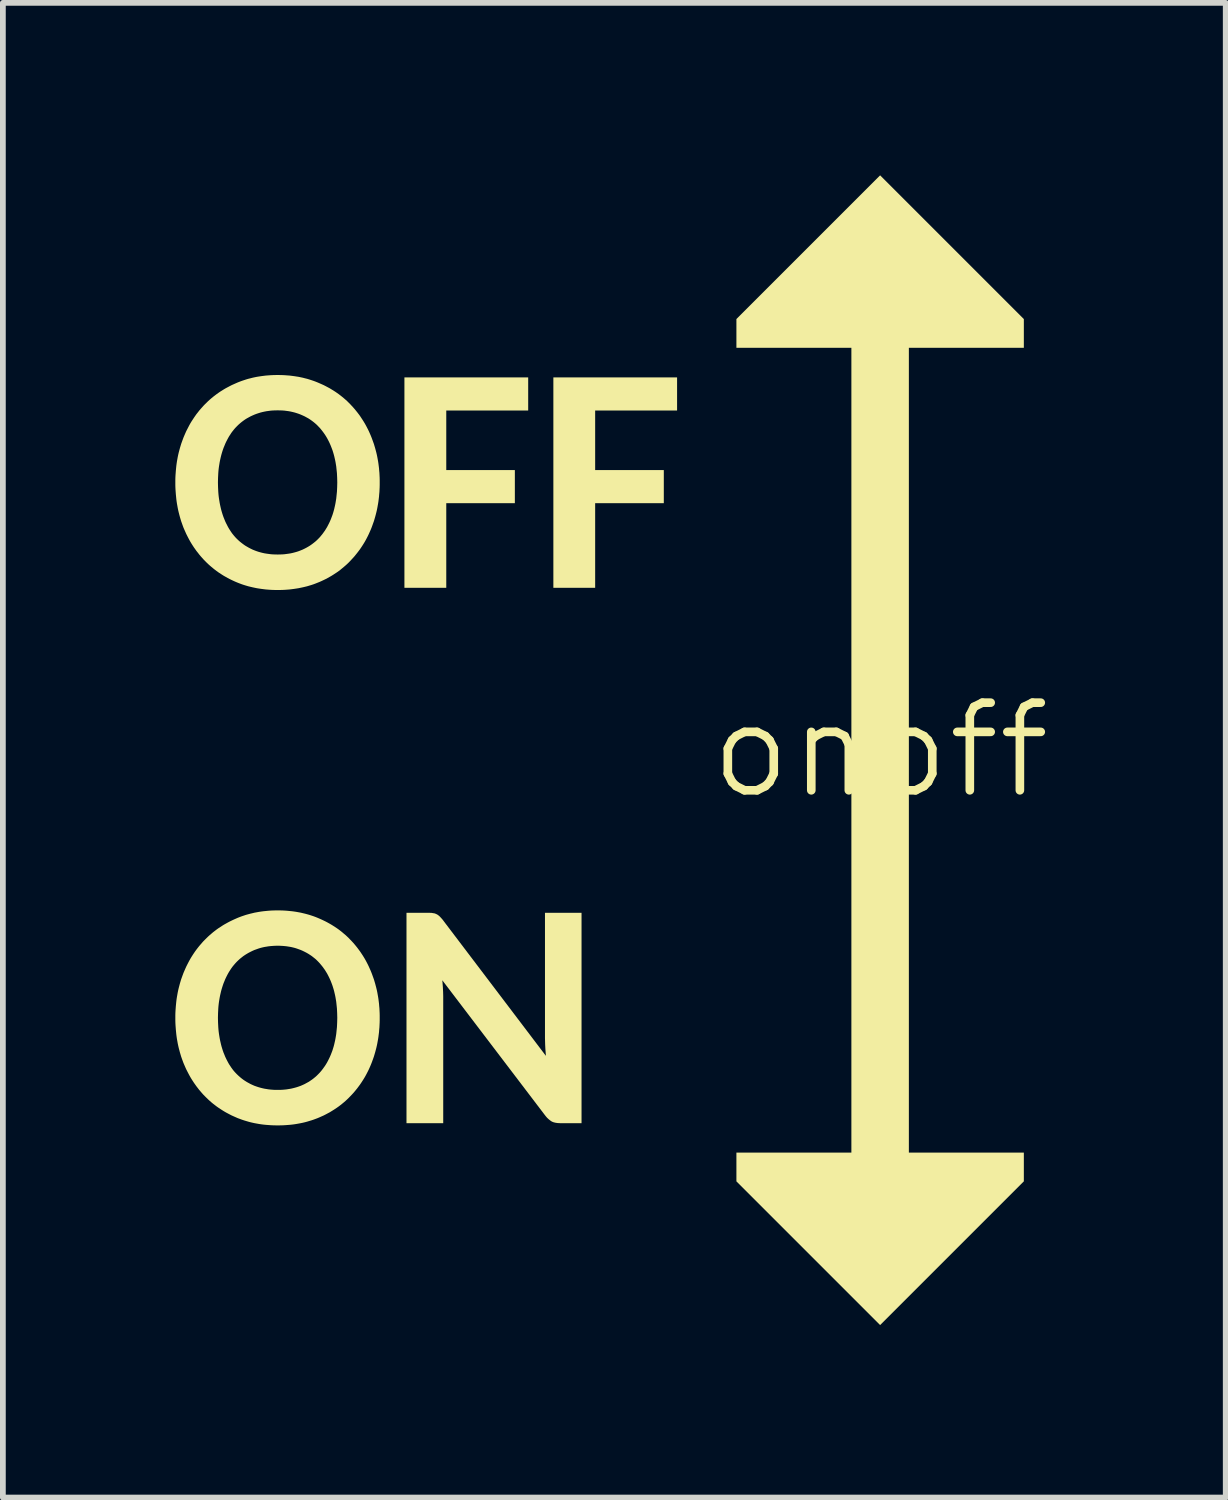
<source format=kicad_pcb>
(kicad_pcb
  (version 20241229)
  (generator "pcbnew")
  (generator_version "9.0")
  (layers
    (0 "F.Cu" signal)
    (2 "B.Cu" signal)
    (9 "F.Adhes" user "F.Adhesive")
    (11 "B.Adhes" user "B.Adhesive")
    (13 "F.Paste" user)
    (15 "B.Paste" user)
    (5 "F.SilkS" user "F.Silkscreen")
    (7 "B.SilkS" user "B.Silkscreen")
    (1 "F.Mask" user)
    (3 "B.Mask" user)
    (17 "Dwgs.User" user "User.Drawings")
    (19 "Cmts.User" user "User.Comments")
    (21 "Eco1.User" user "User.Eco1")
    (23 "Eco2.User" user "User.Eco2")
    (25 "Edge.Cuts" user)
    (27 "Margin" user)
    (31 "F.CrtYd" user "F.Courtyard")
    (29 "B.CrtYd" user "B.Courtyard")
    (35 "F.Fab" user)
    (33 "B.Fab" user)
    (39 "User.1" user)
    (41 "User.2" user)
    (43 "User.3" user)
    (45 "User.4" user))
  (footprint "onoff"
    (layer "F.Cu")
    (at 12.26 10)
    (property "Reference" "onoff" (at 0 0 0) (layer "F.SilkS") (effects (font (size 1.524 1.524) (thickness 0.15))))
    (attr through_hole)
    (fp_poly (pts (xy -6.122 -6.485) (xy -8.275 -6.485) (xy -8.275 -2.825) (xy -7.547 -2.825) (xy -7.547 -4.297) (xy -6.354 -4.297) (xy -6.354 -4.873) (xy -7.547 -4.873) (xy -7.547 -5.909) (xy -6.122 -5.909) (xy -6.122 -6.485)) (stroke (width 0.000001) (type solid)) (fill yes) (layer "F.SilkS"))
    (fp_poly (pts (xy -3.532 -6.485) (xy -5.684 -6.485) (xy -5.684 -2.825) (xy -4.957 -2.825) (xy -4.957 -4.297) (xy -3.763 -4.297) (xy -3.763 -4.873) (xy -4.957 -4.873) (xy -4.957 -5.909) (xy -3.532 -5.909) (xy -3.532 -6.485)) (stroke (width 0.000001) (type solid)) (fill yes) (layer "F.SilkS"))
    (fp_poly (pts (xy -2.5 -7.5) (xy -2.5 -7) (xy -0.5 -7) (xy -0.5 7) (xy -2.5 7) (xy -2.5 7.5) (xy 0 10) (xy 2.5 7.5) (xy 2.5 7) (xy 0.5 7) (xy 0.5 -7) (xy 2.5 -7) (xy 2.5 -7.5) (xy 0 -10) (xy -2.5 -7.5)) (stroke (width 0.000001) (type solid)) (fill yes) (layer "F.SilkS"))
    (fp_poly (pts (xy -7.859 2.828) (xy -8.239 2.828) (xy -8.239 6.488) (xy -7.6 6.488) (xy -7.6 4.319) (xy -7.6 4.282) (xy -7.601 4.244) (xy -7.602 4.206) (xy -7.604 4.167) (xy -7.606 4.127) (xy -7.609 4.086) (xy -7.612 4.044) (xy -7.616 4.002) (xy -5.819 6.364) (xy -5.792 6.395) (xy -5.764 6.421) (xy -5.736 6.443) (xy -5.709 6.461) (xy -5.678 6.473) (xy -5.644 6.481) (xy -5.607 6.486) (xy -5.566 6.488) (xy -5.194 6.488) (xy -5.194 2.828) (xy -5.83 2.828) (xy -5.83 4.972) (xy -5.83 5.009) (xy -5.829 5.045) (xy -5.828 5.083) (xy -5.827 5.121) (xy -5.825 5.159) (xy -5.823 5.198) (xy -5.82 5.237) (xy -5.817 5.277) (xy -5.814 5.317) (xy -7.616 2.941) (xy -7.645 2.909) (xy -7.671 2.883) (xy -7.695 2.864) (xy -7.721 2.85) (xy -7.748 2.839) (xy -7.779 2.834) (xy -7.802 2.83) (xy -7.829 2.829) (xy -7.859 2.828)) (stroke (width 0.000001) (type solid)) (fill yes) (layer "F.SilkS"))
    (fp_poly (pts (xy -8.705 -4.658) (xy -8.705 -4.7) (xy -8.706 -4.742) (xy -8.708 -4.783) (xy -8.71 -4.824) (xy -8.714 -4.864) (xy -8.717 -4.905) (xy -8.722 -4.945) (xy -8.727 -4.984) (xy -8.733 -5.024) (xy -8.74 -5.063) (xy -8.747 -5.101) (xy -8.755 -5.14) (xy -8.764 -5.178) (xy -8.774 -5.216) (xy -8.784 -5.253) (xy -8.795 -5.29) (xy -8.806 -5.327) (xy -8.819 -5.363) (xy -8.832 -5.399) (xy -8.846 -5.437) (xy -8.861 -5.474) (xy -8.877 -5.511) (xy -8.893 -5.547) (xy -8.91 -5.582) (xy -8.928 -5.617) (xy -8.946 -5.651) (xy -8.965 -5.685) (xy -8.985 -5.718) (xy -9.006 -5.751) (xy -9.027 -5.783) (xy -9.048 -5.815) (xy -9.071 -5.846) (xy -9.094 -5.876) (xy -9.118 -5.906) (xy -9.142 -5.935) (xy -9.167 -5.964) (xy -9.193 -5.992) (xy -9.219 -6.02) (xy -9.245 -6.046) (xy -9.272 -6.073) (xy -9.3 -6.098) (xy -9.329 -6.123) (xy -9.358 -6.147) (xy -9.387 -6.17) (xy -9.417 -6.193) (xy -9.448 -6.215) (xy -9.48 -6.237) (xy -9.512 -6.257) (xy -9.544 -6.277) (xy -9.577 -6.297) (xy -9.611 -6.315) (xy -9.645 -6.333) (xy -9.68 -6.351) (xy -9.716 -6.367) (xy -9.752 -6.383) (xy -9.787 -6.398) (xy -9.822 -6.412) (xy -9.857 -6.425) (xy -9.893 -6.437) (xy -9.93 -6.449) (xy -9.966 -6.46) (xy -10.003 -6.469) (xy -10.041 -6.479) (xy -10.079 -6.487) (xy -10.117 -6.495) (xy -10.156 -6.501) (xy -10.195 -6.507) (xy -10.234 -6.512) (xy -10.274 -6.517) (xy -10.315 -6.52) (xy -10.355 -6.523) (xy -10.396 -6.525) (xy -10.438 -6.526) (xy -10.44 -5.911) (xy -10.4 -5.91) (xy -10.362 -5.907) (xy -10.324 -5.902) (xy -10.287 -5.897) (xy -10.25 -5.89) (xy -10.215 -5.882) (xy -10.18 -5.873) (xy -10.145 -5.862) (xy -10.112 -5.851) (xy -10.079 -5.838) (xy -10.047 -5.824) (xy -10.012 -5.808) (xy -9.979 -5.79) (xy -9.946 -5.772) (xy -9.915 -5.752) (xy -9.884 -5.73) (xy -9.855 -5.708) (xy -9.826 -5.684) (xy -9.798 -5.659) (xy -9.772 -5.632) (xy -9.746 -5.605) (xy -9.722 -5.576) (xy -9.7 -5.548) (xy -9.679 -5.52) (xy -9.658 -5.49) (xy -9.639 -5.46) (xy -9.62 -5.428) (xy -9.603 -5.396) (xy -9.586 -5.363) (xy -9.57 -5.328) (xy -9.555 -5.293) (xy -9.541 -5.257) (xy -9.527 -5.22) (xy -9.515 -5.182) (xy -9.505 -5.148) (xy -9.496 -5.114) (xy -9.488 -5.08) (xy -9.48 -5.044) (xy -9.473 -5.009) (xy -9.467 -4.972) (xy -9.461 -4.935) (xy -9.457 -4.897) (xy -9.453 -4.859) (xy -9.449 -4.82) (xy -9.447 -4.78) (xy -9.445 -4.74) (xy -9.444 -4.699) (xy -9.443 -4.658) (xy -9.444 -4.616) (xy -9.445 -4.575) (xy -9.447 -4.534) (xy -9.449 -4.494) (xy -9.453 -4.455) (xy -9.457 -4.416) (xy -9.461 -4.378) (xy -9.467 -4.341) (xy -9.473 -4.304) (xy -9.48 -4.268) (xy -9.488 -4.232) (xy -9.496 -4.197) (xy -9.505 -4.163) (xy -9.515 -4.129) (xy -9.527 -4.091) (xy -9.541 -4.054) (xy -9.555 -4.017) (xy -9.57 -3.982) (xy -9.586 -3.948) (xy -9.603 -3.915) (xy -9.62 -3.882) (xy -9.639 -3.851) (xy -9.658 -3.82) (xy -9.679 -3.791) (xy -9.7 -3.762) (xy -9.722 -3.735) (xy -9.746 -3.706) (xy -9.772 -3.679) (xy -9.798 -3.653) (xy -9.826 -3.628) (xy -9.855 -3.605) (xy -9.884 -3.583) (xy -9.915 -3.561) (xy -9.946 -3.542) (xy -9.979 -3.523) (xy -10.012 -3.506) (xy -10.047 -3.489) (xy -10.079 -3.476) (xy -10.112 -3.463) (xy -10.145 -3.452) (xy -10.18 -3.442) (xy -10.215 -3.433) (xy -10.25 -3.425) (xy -10.287 -3.419) (xy -10.324 -3.414) (xy -10.362 -3.409) (xy -10.4 -3.406) (xy -10.44 -3.405) (xy -10.48 -3.404) (xy -10.52 -3.405) (xy -10.559 -3.406) (xy -10.598 -3.409) (xy -10.636 -3.414) (xy -10.673 -3.419) (xy -10.71 -3.425) (xy -10.746 -3.433) (xy -10.781 -3.442) (xy -10.816 -3.452) (xy -10.849 -3.463) (xy -10.883 -3.476) (xy -10.915 -3.489) (xy -10.95 -3.506) (xy -10.983 -3.523) (xy -11.016 -3.542) (xy -11.048 -3.561) (xy -11.079 -3.583) (xy -11.108 -3.605) (xy -11.137 -3.628) (xy -11.165 -3.653) (xy -11.192 -3.679) (xy -11.218 -3.706) (xy -11.243 -3.735) (xy -11.265 -3.762) (xy -11.286 -3.791) (xy -11.305 -3.82) (xy -11.325 -3.851) (xy -11.343 -3.882) (xy -11.36 -3.915) (xy -11.377 -3.948) (xy -11.393 -3.982) (xy -11.407 -4.017) (xy -11.422 -4.054) (xy -11.435 -4.091) (xy -11.447 -4.129) (xy -11.457 -4.163) (xy -11.466 -4.197) (xy -11.474 -4.232) (xy -11.482 -4.268) (xy -11.489 -4.304) (xy -11.495 -4.341) (xy -11.501 -4.378) (xy -11.506 -4.416) (xy -11.51 -4.455) (xy -11.513 -4.494) (xy -11.515 -4.534) (xy -11.517 -4.575) (xy -11.518 -4.616) (xy -11.519 -4.658) (xy -11.518 -4.699) (xy -11.517 -4.74) (xy -11.515 -4.78) (xy -11.513 -4.82) (xy -11.51 -4.859) (xy -11.506 -4.897) (xy -11.501 -4.935) (xy -11.495 -4.972) (xy -11.489 -5.009) (xy -11.482 -5.044) (xy -11.474 -5.08) (xy -11.466 -5.114) (xy -11.457 -5.148) (xy -11.447 -5.182) (xy -11.435 -5.22) (xy -11.422 -5.257) (xy -11.407 -5.293) (xy -11.393 -5.328) (xy -11.377 -5.363) (xy -11.36 -5.396) (xy -11.343 -5.428) (xy -11.325 -5.46) (xy -11.305 -5.49) (xy -11.286 -5.52) (xy -11.265 -5.548) (xy -11.243 -5.576) (xy -11.218 -5.605) (xy -11.192 -5.632) (xy -11.165 -5.659) (xy -11.137 -5.684) (xy -11.108 -5.708) (xy -11.079 -5.73) (xy -11.048 -5.752) (xy -11.016 -5.772) (xy -10.983 -5.79) (xy -10.95 -5.808) (xy -10.915 -5.824) (xy -10.883 -5.838) (xy -10.849 -5.851) (xy -10.816 -5.862) (xy -10.781 -5.873) (xy -10.746 -5.882) (xy -10.71 -5.89) (xy -10.673 -5.897) (xy -10.636 -5.902) (xy -10.598 -5.907) (xy -10.559 -5.91) (xy -10.52 -5.911) (xy -10.48 -5.912) (xy -10.44 -5.911) (xy -10.438 -6.526) (xy -10.48 -6.527) (xy -10.522 -6.526) (xy -10.563 -6.525) (xy -10.604 -6.523) (xy -10.645 -6.52) (xy -10.685 -6.517) (xy -10.725 -6.512) (xy -10.764 -6.507) (xy -10.804 -6.501) (xy -10.842 -6.495) (xy -10.881 -6.487) (xy -10.918 -6.479) (xy -10.956 -6.469) (xy -10.993 -6.46) (xy -11.03 -6.449) (xy -11.066 -6.437) (xy -11.102 -6.425) (xy -11.137 -6.412) (xy -11.173 -6.398) (xy -11.207 -6.383) (xy -11.243 -6.367) (xy -11.279 -6.351) (xy -11.314 -6.333) (xy -11.348 -6.315) (xy -11.382 -6.297) (xy -11.416 -6.277) (xy -11.448 -6.257) (xy -11.48 -6.237) (xy -11.512 -6.215) (xy -11.543 -6.193) (xy -11.573 -6.17) (xy -11.603 -6.147) (xy -11.632 -6.123) (xy -11.661 -6.098) (xy -11.689 -6.073) (xy -11.716 -6.046) (xy -11.743 -6.02) (xy -11.77 -5.992) (xy -11.795 -5.964) (xy -11.82 -5.936) (xy -11.845 -5.907) (xy -11.868 -5.877) (xy -11.892 -5.847) (xy -11.914 -5.816) (xy -11.936 -5.784) (xy -11.957 -5.752) (xy -11.978 -5.72) (xy -11.998 -5.687) (xy -12.017 -5.653) (xy -12.035 -5.618) (xy -12.053 -5.583) (xy -12.071 -5.548) (xy -12.087 -5.512) (xy -12.103 -5.475) (xy -12.119 -5.437) (xy -12.133 -5.399) (xy -12.146 -5.363) (xy -12.159 -5.327) (xy -12.17 -5.29) (xy -12.181 -5.253) (xy -12.191 -5.216) (xy -12.201 -5.178) (xy -12.21 -5.14) (xy -12.218 -5.101) (xy -12.225 -5.063) (xy -12.232 -5.024) (xy -12.238 -4.984) (xy -12.243 -4.945) (xy -12.247 -4.905) (xy -12.251 -4.864) (xy -12.254 -4.824) (xy -12.257 -4.783) (xy -12.259 -4.742) (xy -12.26 -4.7) (xy -12.26 -4.658) (xy -12.26 -4.616) (xy -12.259 -4.574) (xy -12.257 -4.532) (xy -12.254 -4.491) (xy -12.251 -4.45) (xy -12.247 -4.41) (xy -12.243 -4.369) (xy -12.238 -4.329) (xy -12.232 -4.29) (xy -12.225 -4.251) (xy -12.218 -4.212) (xy -12.21 -4.173) (xy -12.201 -4.135) (xy -12.191 -4.096) (xy -12.181 -4.059) (xy -12.17 -4.021) (xy -12.159 -3.984) (xy -12.146 -3.948) (xy -12.133 -3.911) (xy -12.119 -3.873) (xy -12.103 -3.836) (xy -12.087 -3.8) (xy -12.071 -3.764) (xy -12.053 -3.728) (xy -12.035 -3.693) (xy -12.017 -3.659) (xy -11.998 -3.625) (xy -11.978 -3.592) (xy -11.957 -3.559) (xy -11.936 -3.527) (xy -11.914 -3.496) (xy -11.892 -3.465) (xy -11.868 -3.435) (xy -11.845 -3.405) (xy -11.82 -3.375) (xy -11.795 -3.347) (xy -11.77 -3.319) (xy -11.743 -3.291) (xy -11.716 -3.264) (xy -11.689 -3.238) (xy -11.661 -3.213) (xy -11.632 -3.188) (xy -11.603 -3.164) (xy -11.573 -3.14) (xy -11.543 -3.117) (xy -11.512 -3.095) (xy -11.48 -3.074) (xy -11.448 -3.053) (xy -11.416 -3.033) (xy -11.382 -3.014) (xy -11.348 -2.995) (xy -11.314 -2.977) (xy -11.279 -2.96) (xy -11.243 -2.943) (xy -11.207 -2.927) (xy -11.173 -2.913) (xy -11.137 -2.899) (xy -11.102 -2.886) (xy -11.066 -2.874) (xy -11.03 -2.863) (xy -10.993 -2.852) (xy -10.956 -2.843) (xy -10.918 -2.834) (xy -10.881 -2.826) (xy -10.842 -2.818) (xy -10.804 -2.812) (xy -10.764 -2.806) (xy -10.725 -2.801) (xy -10.685 -2.796) (xy -10.645 -2.793) (xy -10.604 -2.79) (xy -10.563 -2.788) (xy -10.522 -2.787) (xy -10.48 -2.787) (xy -10.438 -2.787) (xy -10.396 -2.788) (xy -10.355 -2.79) (xy -10.315 -2.793) (xy -10.274 -2.796) (xy -10.234 -2.801) (xy -10.195 -2.806) (xy -10.156 -2.812) (xy -10.117 -2.818) (xy -10.079 -2.826) (xy -10.041 -2.834) (xy -10.003 -2.843) (xy -9.966 -2.852) (xy -9.93 -2.863) (xy -9.893 -2.874) (xy -9.857 -2.886) (xy -9.822 -2.899) (xy -9.787 -2.913) (xy -9.752 -2.927) (xy -9.716 -2.943) (xy -9.68 -2.96) (xy -9.645 -2.977) (xy -9.611 -2.995) (xy -9.577 -3.014) (xy -9.544 -3.033) (xy -9.512 -3.053) (xy -9.48 -3.074) (xy -9.448 -3.095) (xy -9.417 -3.117) (xy -9.387 -3.14) (xy -9.358 -3.164) (xy -9.329 -3.188) (xy -9.3 -3.213) (xy -9.272 -3.238) (xy -9.245 -3.264) (xy -9.219 -3.291) (xy -9.193 -3.319) (xy -9.167 -3.347) (xy -9.142 -3.375) (xy -9.118 -3.405) (xy -9.094 -3.435) (xy -9.071 -3.465) (xy -9.048 -3.496) (xy -9.027 -3.527) (xy -9.006 -3.559) (xy -8.985 -3.592) (xy -8.965 -3.625) (xy -8.946 -3.659) (xy -8.928 -3.693) (xy -8.91 -3.728) (xy -8.893 -3.764) (xy -8.877 -3.8) (xy -8.861 -3.836) (xy -8.846 -3.873) (xy -8.832 -3.911) (xy -8.819 -3.948) (xy -8.806 -3.984) (xy -8.795 -4.021) (xy -8.784 -4.059) (xy -8.774 -4.096) (xy -8.764 -4.135) (xy -8.755 -4.173) (xy -8.747 -4.212) (xy -8.74 -4.251) (xy -8.733 -4.29) (xy -8.727 -4.329) (xy -8.722 -4.369) (xy -8.717 -4.41) (xy -8.714 -4.45) (xy -8.71 -4.491) (xy -8.708 -4.532) (xy -8.706 -4.574) (xy -8.705 -4.616) (xy -8.705 -4.658)) (stroke (width 0.000001) (type solid)) (fill yes) (layer "F.SilkS"))
    (fp_poly (pts (xy -8.705 4.655) (xy -8.705 4.613) (xy -8.706 4.572) (xy -8.708 4.531) (xy -8.71 4.49) (xy -8.714 4.449) (xy -8.717 4.409) (xy -8.722 4.369) (xy -8.727 4.329) (xy -8.733 4.29) (xy -8.74 4.251) (xy -8.747 4.212) (xy -8.755 4.174) (xy -8.764 4.136) (xy -8.774 4.098) (xy -8.784 4.06) (xy -8.795 4.023) (xy -8.806 3.986) (xy -8.819 3.95) (xy -8.832 3.914) (xy -8.846 3.876) (xy -8.861 3.839) (xy -8.877 3.803) (xy -8.893 3.767) (xy -8.91 3.731) (xy -8.928 3.696) (xy -8.946 3.662) (xy -8.965 3.628) (xy -8.985 3.595) (xy -9.006 3.562) (xy -9.027 3.53) (xy -9.048 3.499) (xy -9.071 3.468) (xy -9.094 3.437) (xy -9.118 3.407) (xy -9.142 3.378) (xy -9.167 3.349) (xy -9.193 3.321) (xy -9.219 3.294) (xy -9.245 3.267) (xy -9.272 3.241) (xy -9.3 3.215) (xy -9.329 3.191) (xy -9.358 3.166) (xy -9.387 3.143) (xy -9.417 3.12) (xy -9.448 3.098) (xy -9.48 3.077) (xy -9.512 3.056) (xy -9.544 3.036) (xy -9.577 3.017) (xy -9.611 2.998) (xy -9.645 2.98) (xy -9.68 2.963) (xy -9.716 2.946) (xy -9.752 2.93) (xy -9.787 2.915) (xy -9.822 2.901) (xy -9.857 2.888) (xy -9.893 2.876) (xy -9.93 2.864) (xy -9.966 2.854) (xy -10.003 2.844) (xy -10.041 2.835) (xy -10.079 2.826) (xy -10.117 2.819) (xy -10.156 2.812) (xy -10.195 2.806) (xy -10.234 2.801) (xy -10.274 2.797) (xy -10.315 2.793) (xy -10.355 2.79) (xy -10.396 2.788) (xy -10.438 2.787) (xy -10.44 3.402) (xy -10.4 3.404) (xy -10.362 3.407) (xy -10.324 3.411) (xy -10.287 3.417) (xy -10.25 3.423) (xy -10.215 3.431) (xy -10.18 3.44) (xy -10.145 3.451) (xy -10.112 3.463) (xy -10.079 3.475) (xy -10.047 3.489) (xy -10.012 3.506) (xy -9.979 3.523) (xy -9.946 3.542) (xy -9.915 3.562) (xy -9.884 3.583) (xy -9.855 3.606) (xy -9.826 3.629) (xy -9.798 3.655) (xy -9.772 3.681) (xy -9.746 3.709) (xy -9.722 3.738) (xy -9.7 3.765) (xy -9.679 3.794) (xy -9.658 3.823) (xy -9.639 3.854) (xy -9.62 3.885) (xy -9.603 3.917) (xy -9.586 3.951) (xy -9.57 3.985) (xy -9.555 4.02) (xy -9.541 4.056) (xy -9.527 4.094) (xy -9.515 4.132) (xy -9.505 4.165) (xy -9.496 4.199) (xy -9.488 4.234) (xy -9.48 4.269) (xy -9.473 4.305) (xy -9.467 4.341) (xy -9.461 4.378) (xy -9.457 4.416) (xy -9.453 4.454) (xy -9.449 4.493) (xy -9.447 4.533) (xy -9.445 4.573) (xy -9.444 4.614) (xy -9.443 4.655) (xy -9.444 4.697) (xy -9.445 4.738) (xy -9.447 4.779) (xy -9.449 4.819) (xy -9.453 4.858) (xy -9.457 4.897) (xy -9.461 4.935) (xy -9.467 4.973) (xy -9.473 5.009) (xy -9.48 5.046) (xy -9.488 5.081) (xy -9.496 5.116) (xy -9.505 5.151) (xy -9.515 5.184) (xy -9.527 5.223) (xy -9.541 5.26) (xy -9.555 5.296) (xy -9.57 5.331) (xy -9.586 5.365) (xy -9.603 5.399) (xy -9.62 5.431) (xy -9.639 5.463) (xy -9.658 5.493) (xy -9.679 5.522) (xy -9.7 5.551) (xy -9.722 5.579) (xy -9.746 5.607) (xy -9.772 5.634) (xy -9.798 5.66) (xy -9.826 5.685) (xy -9.855 5.709) (xy -9.884 5.731) (xy -9.915 5.752) (xy -9.946 5.772) (xy -9.979 5.79) (xy -10.012 5.808) (xy -10.047 5.824) (xy -10.079 5.838) (xy -10.112 5.85) (xy -10.145 5.861) (xy -10.18 5.871) (xy -10.215 5.88) (xy -10.25 5.888) (xy -10.287 5.894) (xy -10.324 5.9) (xy -10.362 5.904) (xy -10.4 5.907) (xy -10.44 5.909) (xy -10.48 5.909) (xy -10.52 5.909) (xy -10.559 5.907) (xy -10.598 5.904) (xy -10.636 5.9) (xy -10.673 5.894) (xy -10.71 5.888) (xy -10.746 5.88) (xy -10.781 5.871) (xy -10.816 5.861) (xy -10.849 5.85) (xy -10.883 5.838) (xy -10.915 5.824) (xy -10.95 5.808) (xy -10.983 5.79) (xy -11.016 5.772) (xy -11.048 5.752) (xy -11.079 5.731) (xy -11.108 5.709) (xy -11.137 5.685) (xy -11.165 5.66) (xy -11.192 5.634) (xy -11.218 5.607) (xy -11.243 5.579) (xy -11.265 5.551) (xy -11.286 5.522) (xy -11.305 5.493) (xy -11.325 5.463) (xy -11.343 5.431) (xy -11.36 5.399) (xy -11.377 5.365) (xy -11.393 5.331) (xy -11.407 5.296) (xy -11.422 5.26) (xy -11.435 5.223) (xy -11.447 5.184) (xy -11.457 5.151) (xy -11.466 5.116) (xy -11.474 5.081) (xy -11.482 5.046) (xy -11.489 5.009) (xy -11.495 4.973) (xy -11.501 4.935) (xy -11.506 4.897) (xy -11.51 4.858) (xy -11.513 4.819) (xy -11.515 4.779) (xy -11.517 4.738) (xy -11.518 4.697) (xy -11.519 4.655) (xy -11.518 4.614) (xy -11.517 4.573) (xy -11.515 4.533) (xy -11.513 4.493) (xy -11.51 4.454) (xy -11.506 4.416) (xy -11.501 4.378) (xy -11.495 4.341) (xy -11.489 4.305) (xy -11.482 4.269) (xy -11.474 4.234) (xy -11.466 4.199) (xy -11.457 4.165) (xy -11.447 4.132) (xy -11.435 4.094) (xy -11.422 4.056) (xy -11.407 4.02) (xy -11.393 3.985) (xy -11.377 3.951) (xy -11.36 3.917) (xy -11.343 3.885) (xy -11.325 3.854) (xy -11.305 3.823) (xy -11.286 3.794) (xy -11.265 3.765) (xy -11.243 3.738) (xy -11.218 3.709) (xy -11.192 3.681) (xy -11.165 3.655) (xy -11.137 3.629) (xy -11.108 3.606) (xy -11.079 3.583) (xy -11.048 3.562) (xy -11.016 3.542) (xy -10.983 3.523) (xy -10.95 3.506) (xy -10.915 3.489) (xy -10.883 3.475) (xy -10.849 3.463) (xy -10.816 3.451) (xy -10.781 3.44) (xy -10.746 3.431) (xy -10.71 3.423) (xy -10.673 3.417) (xy -10.636 3.411) (xy -10.598 3.407) (xy -10.559 3.404) (xy -10.52 3.402) (xy -10.48 3.401) (xy -10.44 3.402) (xy -10.438 2.787) (xy -10.48 2.787) (xy -10.522 2.787) (xy -10.563 2.788) (xy -10.604 2.79) (xy -10.645 2.793) (xy -10.685 2.797) (xy -10.725 2.801) (xy -10.764 2.806) (xy -10.804 2.812) (xy -10.842 2.819) (xy -10.881 2.826) (xy -10.918 2.835) (xy -10.956 2.844) (xy -10.993 2.854) (xy -11.03 2.864) (xy -11.066 2.876) (xy -11.102 2.888) (xy -11.137 2.901) (xy -11.173 2.915) (xy -11.207 2.93) (xy -11.243 2.946) (xy -11.279 2.963) (xy -11.314 2.98) (xy -11.348 2.998) (xy -11.382 3.017) (xy -11.416 3.036) (xy -11.448 3.056) (xy -11.48 3.077) (xy -11.512 3.098) (xy -11.543 3.12) (xy -11.573 3.143) (xy -11.603 3.166) (xy -11.632 3.191) (xy -11.661 3.215) (xy -11.689 3.241) (xy -11.716 3.267) (xy -11.743 3.294) (xy -11.77 3.321) (xy -11.795 3.349) (xy -11.82 3.378) (xy -11.845 3.407) (xy -11.868 3.436) (xy -11.892 3.467) (xy -11.914 3.497) (xy -11.936 3.529) (xy -11.957 3.561) (xy -11.978 3.594) (xy -11.998 3.627) (xy -12.017 3.661) (xy -12.035 3.695) (xy -12.053 3.73) (xy -12.071 3.766) (xy -12.087 3.802) (xy -12.103 3.839) (xy -12.119 3.876) (xy -12.133 3.914) (xy -12.146 3.95) (xy -12.159 3.986) (xy -12.17 4.023) (xy -12.181 4.06) (xy -12.191 4.098) (xy -12.201 4.136) (xy -12.21 4.174) (xy -12.218 4.212) (xy -12.225 4.251) (xy -12.232 4.29) (xy -12.238 4.329) (xy -12.243 4.369) (xy -12.247 4.409) (xy -12.251 4.449) (xy -12.254 4.49) (xy -12.257 4.531) (xy -12.259 4.572) (xy -12.26 4.613) (xy -12.26 4.655) (xy -12.26 4.697) (xy -12.259 4.739) (xy -12.257 4.781) (xy -12.254 4.822) (xy -12.251 4.863) (xy -12.247 4.904) (xy -12.243 4.944) (xy -12.238 4.984) (xy -12.232 5.024) (xy -12.225 5.063) (xy -12.218 5.102) (xy -12.21 5.14) (xy -12.201 5.179) (xy -12.191 5.217) (xy -12.181 5.255) (xy -12.17 5.292) (xy -12.159 5.329) (xy -12.146 5.366) (xy -12.133 5.402) (xy -12.119 5.44) (xy -12.103 5.477) (xy -12.087 5.514) (xy -12.071 5.55) (xy -12.053 5.585) (xy -12.035 5.62) (xy -12.017 5.654) (xy -11.998 5.688) (xy -11.978 5.721) (xy -11.957 5.754) (xy -11.936 5.786) (xy -11.914 5.817) (xy -11.892 5.848) (xy -11.868 5.879) (xy -11.845 5.909) (xy -11.82 5.938) (xy -11.795 5.967) (xy -11.77 5.995) (xy -11.743 6.022) (xy -11.716 6.049) (xy -11.689 6.075) (xy -11.661 6.101) (xy -11.632 6.126) (xy -11.603 6.15) (xy -11.573 6.173) (xy -11.543 6.196) (xy -11.512 6.218) (xy -11.48 6.239) (xy -11.448 6.26) (xy -11.416 6.28) (xy -11.382 6.3) (xy -11.348 6.318) (xy -11.314 6.336) (xy -11.279 6.354) (xy -11.243 6.37) (xy -11.207 6.386) (xy -11.173 6.401) (xy -11.137 6.414) (xy -11.102 6.427) (xy -11.066 6.439) (xy -11.03 6.45) (xy -10.993 6.461) (xy -10.956 6.471) (xy -10.918 6.48) (xy -10.881 6.488) (xy -10.842 6.495) (xy -10.804 6.502) (xy -10.764 6.508) (xy -10.725 6.513) (xy -10.685 6.517) (xy -10.645 6.52) (xy -10.604 6.523) (xy -10.563 6.525) (xy -10.522 6.526) (xy -10.48 6.527) (xy -10.438 6.526) (xy -10.396 6.525) (xy -10.355 6.523) (xy -10.315 6.52) (xy -10.274 6.517) (xy -10.234 6.513) (xy -10.195 6.508) (xy -10.156 6.502) (xy -10.117 6.495) (xy -10.079 6.488) (xy -10.041 6.48) (xy -10.003 6.471) (xy -9.966 6.461) (xy -9.93 6.45) (xy -9.893 6.439) (xy -9.857 6.427) (xy -9.822 6.414) (xy -9.787 6.401) (xy -9.752 6.386) (xy -9.716 6.37) (xy -9.68 6.354) (xy -9.645 6.336) (xy -9.611 6.318) (xy -9.577 6.3) (xy -9.544 6.28) (xy -9.512 6.26) (xy -9.48 6.239) (xy -9.448 6.218) (xy -9.417 6.196) (xy -9.387 6.173) (xy -9.358 6.15) (xy -9.329 6.126) (xy -9.3 6.101) (xy -9.272 6.075) (xy -9.245 6.049) (xy -9.219 6.022) (xy -9.193 5.995) (xy -9.167 5.967) (xy -9.142 5.938) (xy -9.118 5.909) (xy -9.094 5.879) (xy -9.071 5.848) (xy -9.048 5.817) (xy -9.027 5.786) (xy -9.006 5.754) (xy -8.985 5.721) (xy -8.965 5.688) (xy -8.946 5.654) (xy -8.928 5.62) (xy -8.91 5.585) (xy -8.893 5.55) (xy -8.877 5.514) (xy -8.861 5.477) (xy -8.846 5.44) (xy -8.832 5.402) (xy -8.819 5.366) (xy -8.806 5.329) (xy -8.795 5.292) (xy -8.784 5.255) (xy -8.774 5.217) (xy -8.764 5.179) (xy -8.755 5.14) (xy -8.747 5.102) (xy -8.74 5.063) (xy -8.733 5.024) (xy -8.727 4.984) (xy -8.722 4.944) (xy -8.717 4.904) (xy -8.714 4.863) (xy -8.71 4.822) (xy -8.708 4.781) (xy -8.706 4.739) (xy -8.705 4.697) (xy -8.705 4.655)) (stroke (width 0.000001) (type solid)) (fill yes) (layer "F.SilkS")))
  (gr_rect
    (start -3 -3)
    (end 18.272 23)
    (stroke (width 0.1) (type default))
    (fill no)
    (layer "Edge.Cuts")))
</source>
